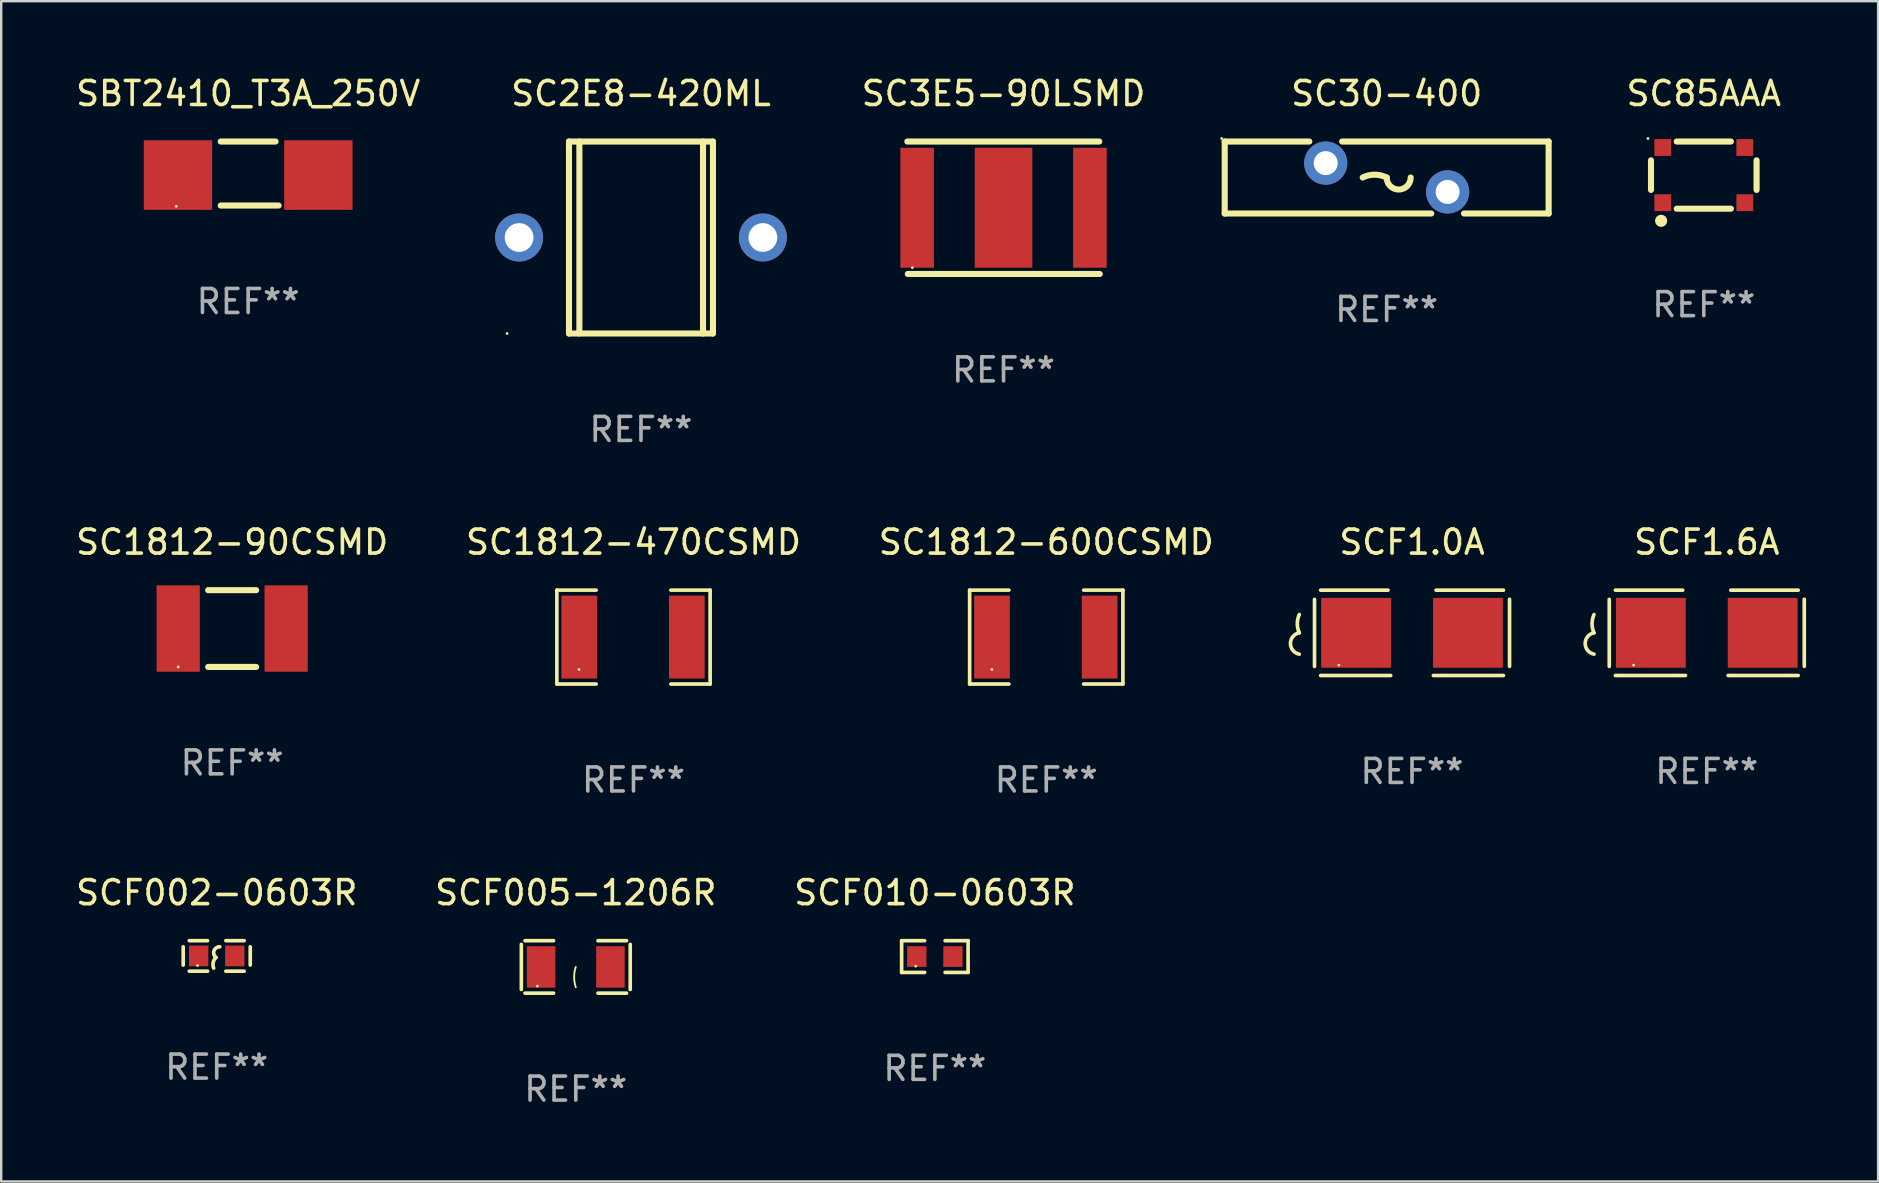
<source format=kicad_pcb>
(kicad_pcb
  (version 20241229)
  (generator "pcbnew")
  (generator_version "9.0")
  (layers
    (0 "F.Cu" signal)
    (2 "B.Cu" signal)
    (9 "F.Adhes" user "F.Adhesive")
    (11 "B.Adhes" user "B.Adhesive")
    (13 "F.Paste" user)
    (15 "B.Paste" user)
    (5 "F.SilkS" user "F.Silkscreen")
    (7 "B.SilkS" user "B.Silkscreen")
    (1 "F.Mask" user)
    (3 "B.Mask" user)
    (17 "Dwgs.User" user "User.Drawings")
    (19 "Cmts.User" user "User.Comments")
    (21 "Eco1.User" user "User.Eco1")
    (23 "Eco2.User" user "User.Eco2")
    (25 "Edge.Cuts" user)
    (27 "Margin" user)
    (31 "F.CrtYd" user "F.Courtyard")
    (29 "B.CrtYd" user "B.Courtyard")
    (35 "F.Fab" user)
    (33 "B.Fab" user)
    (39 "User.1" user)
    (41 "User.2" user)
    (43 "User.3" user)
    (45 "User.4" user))
  (footprint "SC85AAA"
    (layer "F.Cu")
    (at 67.956 4.248)
    (property "Reference" "SC85AAA" (at 0 -3.4 0) (layer "F.SilkS") (effects (font (size 1 1) (thickness 0.15))))
    (attr through_hole)
    (fp_line (start -2.2 -0.617) (end -2.2 0.617) (stroke (width 0.254) (type solid)) (layer "F.SilkS"))
    (fp_line (start -1.129 -1.4) (end 1.129 -1.4) (stroke (width 0.254) (type solid)) (layer "F.SilkS"))
    (fp_line (start -1.129 1.4) (end 1.129 1.4) (stroke (width 0.254) (type solid)) (layer "F.SilkS"))
    (fp_line (start 2.2 -0.617) (end 2.2 0.617) (stroke (width 0.254) (type solid)) (layer "F.SilkS"))
    (fp_circle (center -2.327 -1.527) (end -2.297 -1.527) (stroke (width 0.06) (type solid)) (fill no) (layer "F.SilkS"))
    (fp_circle (center -1.778 1.905) (end -1.651 1.905) (stroke (width 0.254) (type solid)) (fill no) (layer "F.SilkS"))
    (fp_text user "REF**" (at 0 5.4 0) (layer "F.Fab") (effects (font (size 1 1) (thickness 0.15))))
    (pad "1" smd rect (at -1.71 -1.15) (size 0.7 0.7) (layers "F.Cu" "F.Mask" "F.Paste"))
    (pad "1" smd rect (at -1.71 1.15) (size 0.7 0.7) (layers "F.Cu" "F.Mask" "F.Paste"))
    (pad "2" smd rect (at 1.71 -1.15) (size 0.7 0.7) (layers "F.Cu" "F.Mask" "F.Paste"))
    (pad "2" smd rect (at 1.71 1.15) (size 0.7 0.7) (layers "F.Cu" "F.Mask" "F.Paste")))
  (footprint "SC3E5-90LSMD"
    (layer "F.Cu")
    (at 38.773 5.608)
    (property "Reference" "SC3E5-90LSMD" (at 0 -4.76 0) (layer "F.SilkS") (effects (font (size 1 1) (thickness 0.15))))
    (attr through_hole)
    (fp_line (start -4.01 -2.76) (end 3.99 -2.76) (stroke (width 0.254) (type solid)) (layer "F.SilkS"))
    (fp_line (start 4.01 2.76) (end -3.99 2.76) (stroke (width 0.254) (type solid)) (layer "F.SilkS"))
    (fp_circle (center -3.8 2.5) (end -3.77 2.5) (stroke (width 0.06) (type solid)) (fill no) (layer "F.SilkS"))
    (fp_text user "REF**" (at 0 6.76 0) (layer "F.Fab") (effects (font (size 1 1) (thickness 0.15))))
    (pad "1" smd rect (at -3.6 0 90) (size 5 1.4) (layers "F.Cu" "F.Mask" "F.Paste"))
    (pad "2" smd rect (at 3.6 0 90) (size 5 1.4) (layers "F.Cu" "F.Mask" "F.Paste"))
    (pad "3" smd rect (at 0 0 90) (size 5 2.4) (layers "F.Cu" "F.Mask" "F.Paste")))
  (footprint "SC30-400"
    (layer "F.Cu")
    (at 54.74 4.348)
    (property "Reference" "SC30-400" (at 0 -3.5 0) (layer "F.SilkS") (effects (font (size 1 1) (thickness 0.15))))
    (attr through_hole)
    (fp_line (start -6.75 -1.5) (end -3.224 -1.5) (stroke (width 0.254) (type solid)) (layer "F.SilkS"))
    (fp_line (start -6.75 1.5) (end -6.75 -1.5) (stroke (width 0.254) (type solid)) (layer "F.SilkS"))
    (fp_line (start -1.856 -1.5) (end 6.75 -1.5) (stroke (width 0.254) (type solid)) (layer "F.SilkS"))
    (fp_line (start 1.857 1.5) (end -6.75 1.5) (stroke (width 0.254) (type solid)) (layer "F.SilkS"))
    (fp_line (start 6.75 -1.5) (end 6.75 1.5) (stroke (width 0.254) (type solid)) (layer "F.SilkS"))
    (fp_line (start 6.75 1.5) (end 3.223 1.5) (stroke (width 0.254) (type solid)) (layer "F.SilkS"))
    (fp_arc (start -1 -0.000127) (mid -0.5 -0.118148) (end 0 -0.000127) (stroke (width 0.254001) (type solid)) (layer "F.SilkS"))
    (fp_arc (start 1.000762 -0.000127) (mid 0.500381 0.5) (end 0 -0.000127) (stroke (width 0.254001) (type solid)) (layer "F.SilkS"))
    (fp_circle (center -6.877 -1.627) (end -6.847 -1.627) (stroke (width 0.06) (type solid)) (fill no) (layer "F.SilkS"))
    (fp_text user "REF**" (at 0 5.5 0) (layer "F.Fab") (effects (font (size 1 1) (thickness 0.15))))
    (pad "1" thru_hole circle (at -2.54 -0.6) (size 1.8 1.8) (drill 1) (layers "*.Cu" "*.Mask"))
    (pad "2" thru_hole circle (at 2.54 0.6) (size 1.8 1.8) (drill 1) (layers "*.Cu" "*.Mask")))
  (footprint "SCF010-0603R"
    (layer "F.Cu")
    (at 35.911 36.815)
    (property "Reference" "SCF010-0603R" (at 0 -2.661 0) (layer "F.SilkS") (effects (font (size 1 1) (thickness 0.15))))
    (attr through_hole)
    (fp_line (start -1.385 -0.661) (end -0.426 -0.661) (stroke (width 0.152) (type solid)) (layer "F.SilkS"))
    (fp_line (start -1.385 0.661) (end -1.385 -0.661) (stroke (width 0.152) (type solid)) (layer "F.SilkS"))
    (fp_line (start -0.426 0.661) (end -1.385 0.661) (stroke (width 0.152) (type solid)) (layer "F.SilkS"))
    (fp_line (start 0.426 0.661) (end 1.385 0.661) (stroke (width 0.152) (type solid)) (layer "F.SilkS"))
    (fp_line (start 1.385 -0.661) (end 0.426 -0.661) (stroke (width 0.152) (type solid)) (layer "F.SilkS"))
    (fp_line (start 1.385 0.661) (end 1.385 -0.661) (stroke (width 0.152) (type solid)) (layer "F.SilkS"))
    (fp_circle (center -0.8 0.4) (end -0.77 0.4) (stroke (width 0.06) (type solid)) (fill no) (layer "F.SilkS"))
    (fp_text user "REF**" (at 0 4.661 0) (layer "F.Fab") (effects (font (size 1 1) (thickness 0.15))))
    (pad "1" smd rect (at -0.753 0) (size 0.806 0.864) (layers "F.Cu" "F.Mask" "F.Paste"))
    (pad "2" smd rect (at 0.753 0) (size 0.806 0.864) (layers "F.Cu" "F.Mask" "F.Paste")))
  (footprint "SBT2410_T3A_250V"
    (layer "F.Cu")
    (at 7.292 4.182)
    (property "Reference" "SBT2410_T3A_250V" (at 0 -3.334 0) (layer "F.SilkS") (effects (font (size 1 1) (thickness 0.15))))
    (attr through_hole)
    (fp_line (start -1.143 -1.334) (end 1.143 -1.334) (stroke (width 0.254) (type solid)) (layer "F.SilkS"))
    (fp_line (start -1.143 1.334) (end 1.27 1.334) (stroke (width 0.254) (type solid)) (layer "F.SilkS"))
    (fp_circle (center -3 1.364) (end -2.97 1.364) (stroke (width 0.06) (type solid)) (fill no) (layer "F.SilkS"))
    (fp_text user "REF**" (at 0 5.334 0) (layer "F.Fab") (effects (font (size 1 1) (thickness 0.15))))
    (pad "1" smd rect (at -2.925 0.064) (size 2.85 2.9) (layers "F.Cu" "F.Mask" "F.Paste"))
    (pad "2" smd rect (at 2.925 0.064) (size 2.85 2.9) (layers "F.Cu" "F.Mask" "F.Paste")))
  (footprint "SCF1.0A"
    (layer "F.Cu")
    (at 55.797 23.323)
    (property "Reference" "SCF1.0A" (at 0 -3.778 0) (layer "F.SilkS") (effects (font (size 1 1) (thickness 0.15))))
    (attr through_hole)
    (fp_line (start -4.064 -1.393) (end -4.064 1.401) (stroke (width 0.152) (type solid)) (layer "F.SilkS"))
    (fp_line (start -3.81 -1.778) (end -1.002 -1.778) (stroke (width 0.152) (type solid)) (layer "F.SilkS"))
    (fp_line (start -0.889 1.778) (end -3.81 1.778) (stroke (width 0.152) (type solid)) (layer "F.SilkS"))
    (fp_line (start 0.889 1.778) (end 3.81 1.778) (stroke (width 0.152) (type solid)) (layer "F.SilkS"))
    (fp_line (start 3.81 -1.778) (end 1.002 -1.778) (stroke (width 0.152) (type solid)) (layer "F.SilkS"))
    (fp_line (start 4.064 -1.397) (end 4.064 1.397) (stroke (width 0.152) (type solid)) (layer "F.SilkS"))
    (fp_arc (start -4.699009 0) (mid -4.780645 -0.381001) (end -4.699009 -0.762002) (stroke (width 0.151994) (type solid)) (layer "F.SilkS"))
    (fp_arc (start -4.699009 0.889002) (mid -5.066697 0.444501) (end -4.699009 0) (stroke (width 0.151994) (type solid)) (layer "F.SilkS"))
    (fp_circle (center -3.05 1.347) (end -3.02 1.347) (stroke (width 0.06) (type solid)) (fill no) (layer "F.SilkS"))
    (fp_text user "REF**" (at 0 5.778 0) (layer "F.Fab") (effects (font (size 1 1) (thickness 0.15))))
    (pad "1" smd rect (at -2.33 0) (size 2.91 2.911) (layers "F.Cu" "F.Mask" "F.Paste"))
    (pad "2" smd rect (at 2.33 0) (size 2.91 2.911) (layers "F.Cu" "F.Mask" "F.Paste")))
  (footprint "SCF002-0603R"
    (layer "F.Cu")
    (at 5.982 36.789)
    (property "Reference" "SCF002-0603R" (at 0 -2.635 0) (layer "F.SilkS") (effects (font (size 1 1) (thickness 0.15))))
    (attr through_hole)
    (fp_line (start -1.397 -0.381) (end -1.397 0.381) (stroke (width 0.152) (type solid)) (layer "F.SilkS"))
    (fp_line (start -0.381 -0.635) (end -1.143 -0.635) (stroke (width 0.152) (type solid)) (layer "F.SilkS"))
    (fp_line (start -0.381 0.635) (end -1.143 0.635) (stroke (width 0.152) (type solid)) (layer "F.SilkS"))
    (fp_line (start 0.381 -0.635) (end 1.143 -0.635) (stroke (width 0.152) (type solid)) (layer "F.SilkS"))
    (fp_line (start 0.381 0.635) (end 1.143 0.635) (stroke (width 0.152) (type solid)) (layer "F.SilkS"))
    (fp_line (start 1.397 -0.381) (end 1.397 0.381) (stroke (width 0.152) (type solid)) (layer "F.SilkS"))
    (fp_arc (start -0.127 0.508001) (mid -0.146523 0.271131) (end -0.030861 0.0635) (stroke (width 0.151994) (type solid)) (layer "F.SilkS"))
    (fp_arc (start -0.03175 0.0635) (mid -0.113571 -0.216321) (end 0.127001 -0.381002) (stroke (width 0.151994) (type solid)) (layer "F.SilkS"))
    (fp_circle (center -0.8 0.4) (end -0.77 0.4) (stroke (width 0.06) (type solid)) (fill no) (layer "F.SilkS"))
    (fp_text user "REF**" (at 0 4.635 0) (layer "F.Fab") (effects (font (size 1 1) (thickness 0.15))))
    (pad "1" smd rect (at -0.753 0) (size 0.806 0.864) (layers "F.Cu" "F.Mask" "F.Paste"))
    (pad "2" smd rect (at 0.753 0) (size 0.806 0.864) (layers "F.Cu" "F.Mask" "F.Paste")))
  (footprint "SC1812-90CSMD"
    (layer "F.Cu")
    (at 6.625 23.145)
    (property "Reference" "SC1812-90CSMD" (at 0 -3.6 0) (layer "F.SilkS") (effects (font (size 1 1) (thickness 0.15))))
    (attr through_hole)
    (fp_line (start -1 -1.6) (end 1 -1.6) (stroke (width 0.254) (type solid)) (layer "F.SilkS"))
    (fp_line (start 1 1.6) (end -1 1.6) (stroke (width 0.254) (type solid)) (layer "F.SilkS"))
    (fp_circle (center -2.25 1.6) (end -2.22 1.6) (stroke (width 0.06) (type solid)) (fill no) (layer "F.SilkS"))
    (fp_text user "REF**" (at 0 5.6 0) (layer "F.Fab") (effects (font (size 1 1) (thickness 0.15))))
    (pad "1" smd rect (at -2.25 0) (size 1.8 3.6) (layers "F.Cu" "F.Mask" "F.Paste"))
    (pad "2" smd rect (at 2.25 0) (size 1.8 3.6) (layers "F.Cu" "F.Mask" "F.Paste")))
  (footprint "SC2E8-420ML"
    (layer "F.Cu")
    (at 23.663 6.848)
    (property "Reference" "SC2E8-420ML" (at 0 -6 0) (layer "F.SilkS") (effects (font (size 1 1) (thickness 0.15))))
    (attr through_hole)
    (fp_line (start -3 -4) (end -3 4) (stroke (width 0.254) (type solid)) (layer "F.SilkS"))
    (fp_line (start -3 -4) (end 3 -4) (stroke (width 0.254) (type solid)) (layer "F.SilkS"))
    (fp_line (start -3 4) (end 3 4) (stroke (width 0.254) (type solid)) (layer "F.SilkS"))
    (fp_line (start -2.567 -4) (end -2.567 4) (stroke (width 0.254) (type solid)) (layer "F.SilkS"))
    (fp_line (start 2.586 -4) (end 2.586 4) (stroke (width 0.254) (type solid)) (layer "F.SilkS"))
    (fp_line (start 3 -4) (end 3 4) (stroke (width 0.254) (type solid)) (layer "F.SilkS"))
    (fp_circle (center -5.58 4) (end -5.55 4) (stroke (width 0.06) (type solid)) (fill no) (layer "F.SilkS"))
    (fp_text user "REF**" (at 0 8 0) (layer "F.Fab") (effects (font (size 1 1) (thickness 0.15))))
    (pad "1" thru_hole circle (at -5.08 0) (size 2 2) (drill 1.2) (layers "*.Cu" "*.Mask"))
    (pad "2" thru_hole circle (at 5.08 0) (size 2 2) (drill 1.2) (layers "*.Cu" "*.Mask")))
  (footprint "SCF1.6A"
    (layer "F.Cu")
    (at 68.08 23.323)
    (property "Reference" "SCF1.6A" (at 0 -3.778 0) (layer "F.SilkS") (effects (font (size 1 1) (thickness 0.15))))
    (attr through_hole)
    (fp_line (start -4.064 -1.393) (end -4.064 1.401) (stroke (width 0.152) (type solid)) (layer "F.SilkS"))
    (fp_line (start -3.81 -1.778) (end -1.002 -1.778) (stroke (width 0.152) (type solid)) (layer "F.SilkS"))
    (fp_line (start -0.889 1.778) (end -3.81 1.778) (stroke (width 0.152) (type solid)) (layer "F.SilkS"))
    (fp_line (start 0.889 1.778) (end 3.81 1.778) (stroke (width 0.152) (type solid)) (layer "F.SilkS"))
    (fp_line (start 3.81 -1.778) (end 1.002 -1.778) (stroke (width 0.152) (type solid)) (layer "F.SilkS"))
    (fp_line (start 4.064 -1.397) (end 4.064 1.397) (stroke (width 0.152) (type solid)) (layer "F.SilkS"))
    (fp_arc (start -4.699009 0) (mid -4.780645 -0.381001) (end -4.699009 -0.762002) (stroke (width 0.151994) (type solid)) (layer "F.SilkS"))
    (fp_arc (start -4.699009 0.889002) (mid -5.066697 0.444501) (end -4.699009 0) (stroke (width 0.151994) (type solid)) (layer "F.SilkS"))
    (fp_circle (center -3.05 1.347) (end -3.02 1.347) (stroke (width 0.06) (type solid)) (fill no) (layer "F.SilkS"))
    (fp_text user "REF**" (at 0 5.778 0) (layer "F.Fab") (effects (font (size 1 1) (thickness 0.15))))
    (pad "1" smd rect (at -2.33 0) (size 2.91 2.911) (layers "F.Cu" "F.Mask" "F.Paste"))
    (pad "2" smd rect (at 2.33 0) (size 2.91 2.911) (layers "F.Cu" "F.Mask" "F.Paste")))
  (footprint "SC1812-470CSMD"
    (layer "F.Cu")
    (at 23.351 23.501)
    (property "Reference" "SC1812-470CSMD" (at 0 -3.957 0) (layer "F.SilkS") (effects (font (size 1 1) (thickness 0.15))))
    (attr through_hole)
    (fp_line (start -3.194 -1.957) (end -3.194 1.957) (stroke (width 0.152) (type solid)) (layer "F.SilkS"))
    (fp_line (start -3.194 1.957) (end -1.557 1.957) (stroke (width 0.152) (type solid)) (layer "F.SilkS"))
    (fp_line (start -1.557 -1.957) (end -3.194 -1.957) (stroke (width 0.152) (type solid)) (layer "F.SilkS"))
    (fp_line (start 1.557 1.957) (end 3.194 1.957) (stroke (width 0.152) (type solid)) (layer "F.SilkS"))
    (fp_line (start 3.194 -1.957) (end 1.557 -1.957) (stroke (width 0.152) (type solid)) (layer "F.SilkS"))
    (fp_line (start 3.194 1.957) (end 3.194 -1.957) (stroke (width 0.152) (type solid)) (layer "F.SilkS"))
    (fp_circle (center -2.269 1.35) (end -2.239 1.35) (stroke (width 0.06) (type solid)) (fill no) (layer "F.SilkS"))
    (fp_text user "REF**" (at 0 5.957 0) (layer "F.Fab") (effects (font (size 1 1) (thickness 0.15))))
    (pad "1" smd rect (at -2.262 0) (size 1.485 3.456) (layers "F.Cu" "F.Mask" "F.Paste"))
    (pad "2" smd rect (at 2.223 0) (size 1.485 3.456) (layers "F.Cu" "F.Mask" "F.Paste")))
  (footprint "SC1812-600CSMD"
    (layer "F.Cu")
    (at 40.554 23.501)
    (property "Reference" "SC1812-600CSMD" (at 0 -3.957 0) (layer "F.SilkS") (effects (font (size 1 1) (thickness 0.15))))
    (attr through_hole)
    (fp_line (start -3.194 -1.957) (end -3.194 1.957) (stroke (width 0.152) (type solid)) (layer "F.SilkS"))
    (fp_line (start -3.194 1.957) (end -1.557 1.957) (stroke (width 0.152) (type solid)) (layer "F.SilkS"))
    (fp_line (start -1.557 -1.957) (end -3.194 -1.957) (stroke (width 0.152) (type solid)) (layer "F.SilkS"))
    (fp_line (start 1.557 1.957) (end 3.194 1.957) (stroke (width 0.152) (type solid)) (layer "F.SilkS"))
    (fp_line (start 3.194 -1.957) (end 1.557 -1.957) (stroke (width 0.152) (type solid)) (layer "F.SilkS"))
    (fp_line (start 3.194 1.957) (end 3.194 -1.957) (stroke (width 0.152) (type solid)) (layer "F.SilkS"))
    (fp_circle (center -2.269 1.35) (end -2.239 1.35) (stroke (width 0.06) (type solid)) (fill no) (layer "F.SilkS"))
    (fp_text user "REF**" (at 0 5.957 0) (layer "F.Fab") (effects (font (size 1 1) (thickness 0.15))))
    (pad "1" smd rect (at -2.262 0) (size 1.485 3.456) (layers "F.Cu" "F.Mask" "F.Paste"))
    (pad "2" smd rect (at 2.223 0) (size 1.485 3.456) (layers "F.Cu" "F.Mask" "F.Paste")))
  (footprint "SCF005-1206R"
    (layer "F.Cu")
    (at 20.946 37.247)
    (property "Reference" "SCF005-1206R" (at 0 -3.093 0) (layer "F.SilkS") (effects (font (size 1 1) (thickness 0.15))))
    (attr through_hole)
    (fp_line (start -2.269 -0.94) (end -2.269 0.94) (stroke (width 0.152) (type solid)) (layer "F.SilkS"))
    (fp_line (start -2.116 1.093) (end -0.926 1.093) (stroke (width 0.152) (type solid)) (layer "F.SilkS"))
    (fp_line (start -0.926 -1.093) (end -2.116 -1.093) (stroke (width 0.152) (type solid)) (layer "F.SilkS"))
    (fp_line (start 0.926 -1.093) (end 2.116 -1.093) (stroke (width 0.152) (type solid)) (layer "F.SilkS"))
    (fp_line (start 2.116 1.093) (end 0.926 1.093) (stroke (width 0.152) (type solid)) (layer "F.SilkS"))
    (fp_line (start 2.269 -0.94) (end 2.269 0.94) (stroke (width 0.152) (type solid)) (layer "F.SilkS"))
    (fp_arc (start 0 0.844951) (mid -0.068559 0.422475) (end 0 0) (stroke (width 0.0762) (type solid)) (layer "F.SilkS"))
    (fp_circle (center -1.6 0.8) (end -1.57 0.8) (stroke (width 0.06) (type solid)) (fill no) (layer "F.SilkS"))
    (fp_text user "REF**" (at 0 5.093 0) (layer "F.Fab") (effects (font (size 1 1) (thickness 0.15))))
    (pad "1" smd rect (at -1.445 0) (size 1.19 1.728) (layers "F.Cu" "F.Mask" "F.Paste"))
    (pad "2" smd rect (at 1.445 0) (size 1.19 1.728) (layers "F.Cu" "F.Mask" "F.Paste")))
  (gr_rect
    (start -3 -3)
    (end 75.22 46.188)
    (stroke (width 0.1) (type default))
    (fill no)
    (layer "Edge.Cuts")))
</source>
